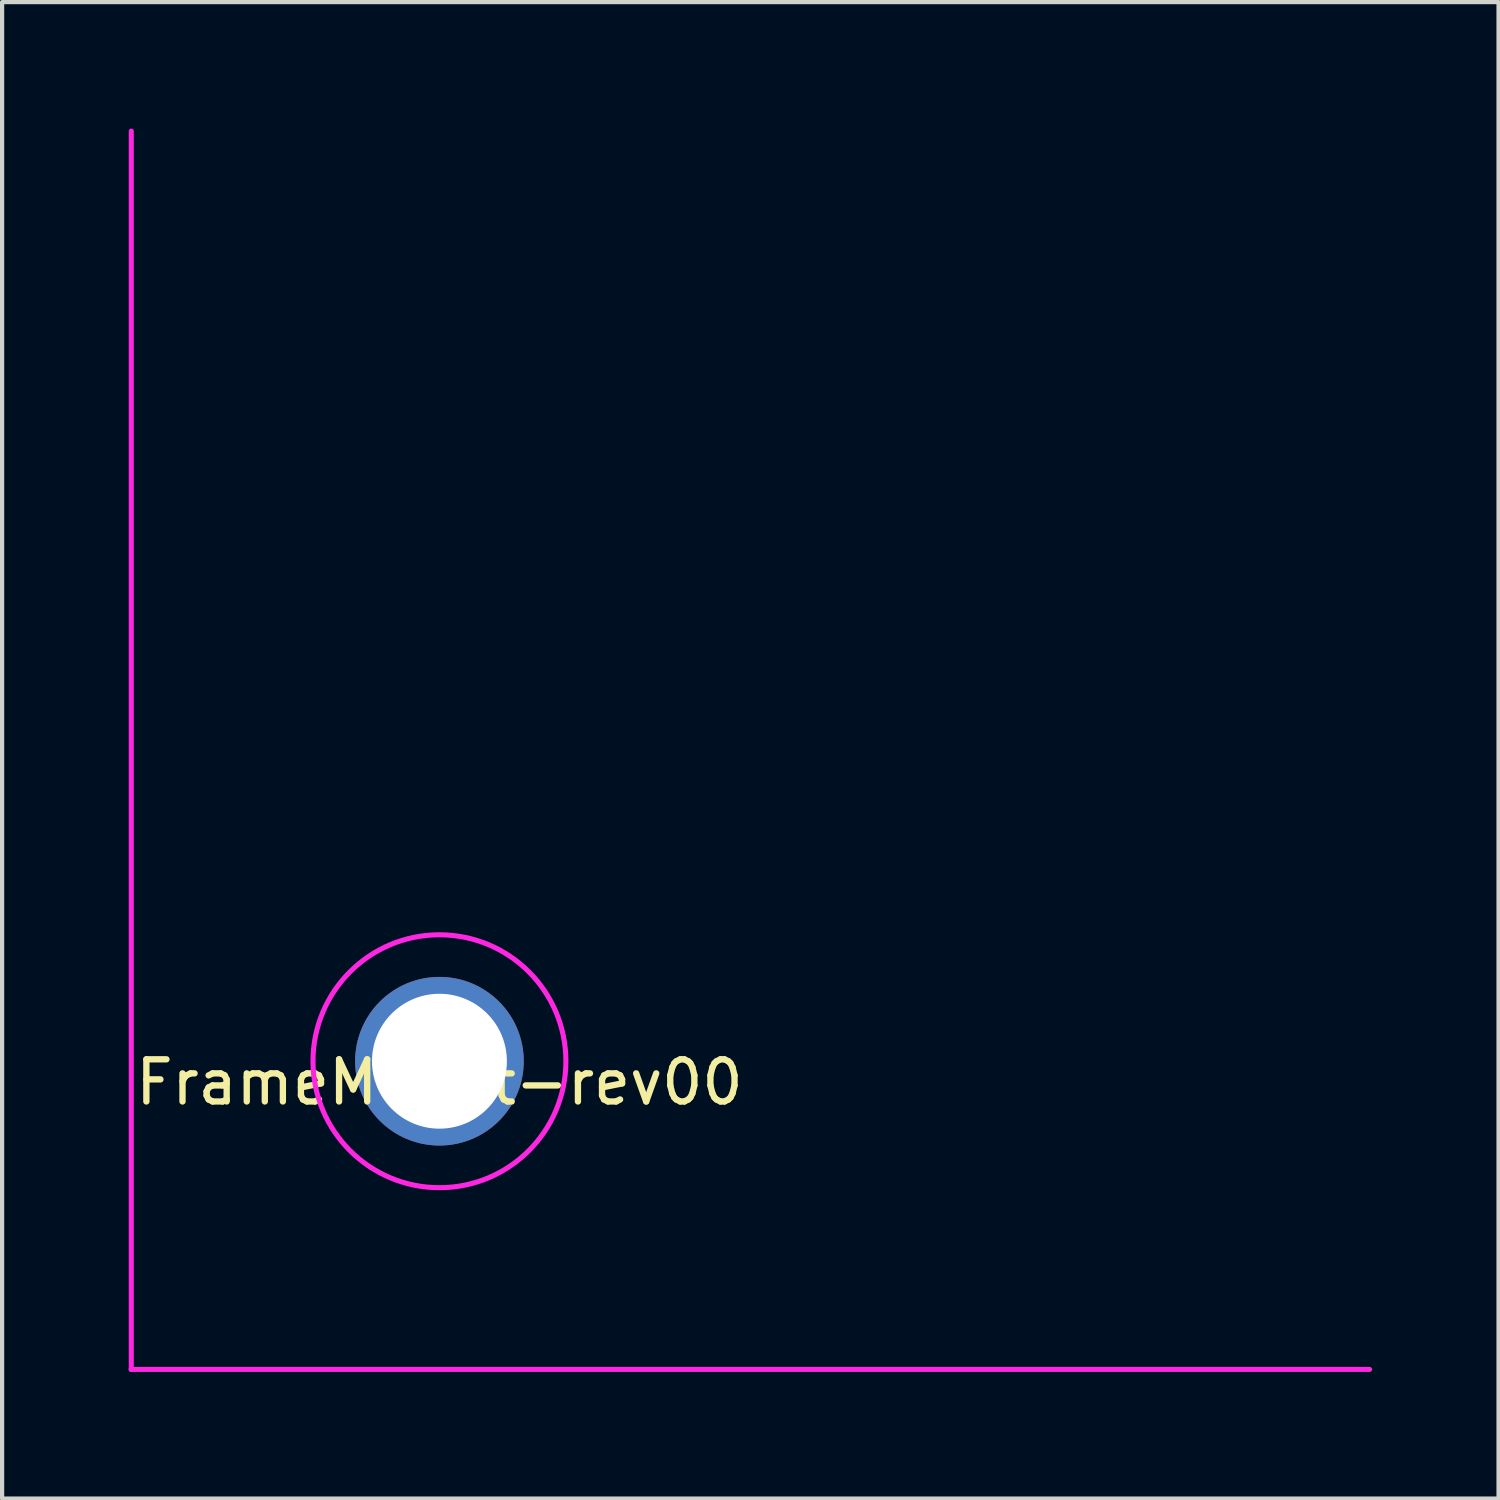
<source format=kicad_pcb>
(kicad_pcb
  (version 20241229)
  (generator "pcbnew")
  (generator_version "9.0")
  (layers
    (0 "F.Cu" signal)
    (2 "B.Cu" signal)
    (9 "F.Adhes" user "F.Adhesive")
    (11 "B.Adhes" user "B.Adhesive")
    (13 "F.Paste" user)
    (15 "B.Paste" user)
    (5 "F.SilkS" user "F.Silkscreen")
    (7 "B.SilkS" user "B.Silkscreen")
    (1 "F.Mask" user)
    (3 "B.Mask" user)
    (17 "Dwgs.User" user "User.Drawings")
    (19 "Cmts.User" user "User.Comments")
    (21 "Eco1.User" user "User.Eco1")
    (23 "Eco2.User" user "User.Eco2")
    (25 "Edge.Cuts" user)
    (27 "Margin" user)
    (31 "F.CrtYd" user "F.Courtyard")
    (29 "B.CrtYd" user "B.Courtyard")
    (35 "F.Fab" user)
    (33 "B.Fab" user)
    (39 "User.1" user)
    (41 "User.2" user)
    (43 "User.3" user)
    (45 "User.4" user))
  (footprint "FrameMount-rev00"
    (layer "F.Cu")
    (at 7.375 22.126)
    (property "Reference" "FrameMount-rev00" (at 0 0.5 0) (layer "F.SilkS") (effects (font (size 1 1) (thickness 0.15))))
    (attr through_hole)
    (fp_line (start -7.315 7.311) (end 22.066 7.311) (stroke (width 0.12) (type solid)) (layer "F.CrtYd"))
    (fp_line (start -7.311 7.315) (end -7.311 -22.066) (stroke (width 0.12) (type solid)) (layer "F.CrtYd"))
    (fp_circle (center 0 0) (end 3 0) (stroke (width 0.12) (type solid)) (fill no) (layer "F.CrtYd"))
    (pad "1" thru_hole circle (at 0 0) (size 4 4) (drill 3.2) (layers "*.Cu" "*.Mask")))
  (gr_rect
    (start -3 -3)
    (end 32.501 32.501)
    (stroke (width 0.1) (type default))
    (fill no)
    (layer "Edge.Cuts")))
</source>
